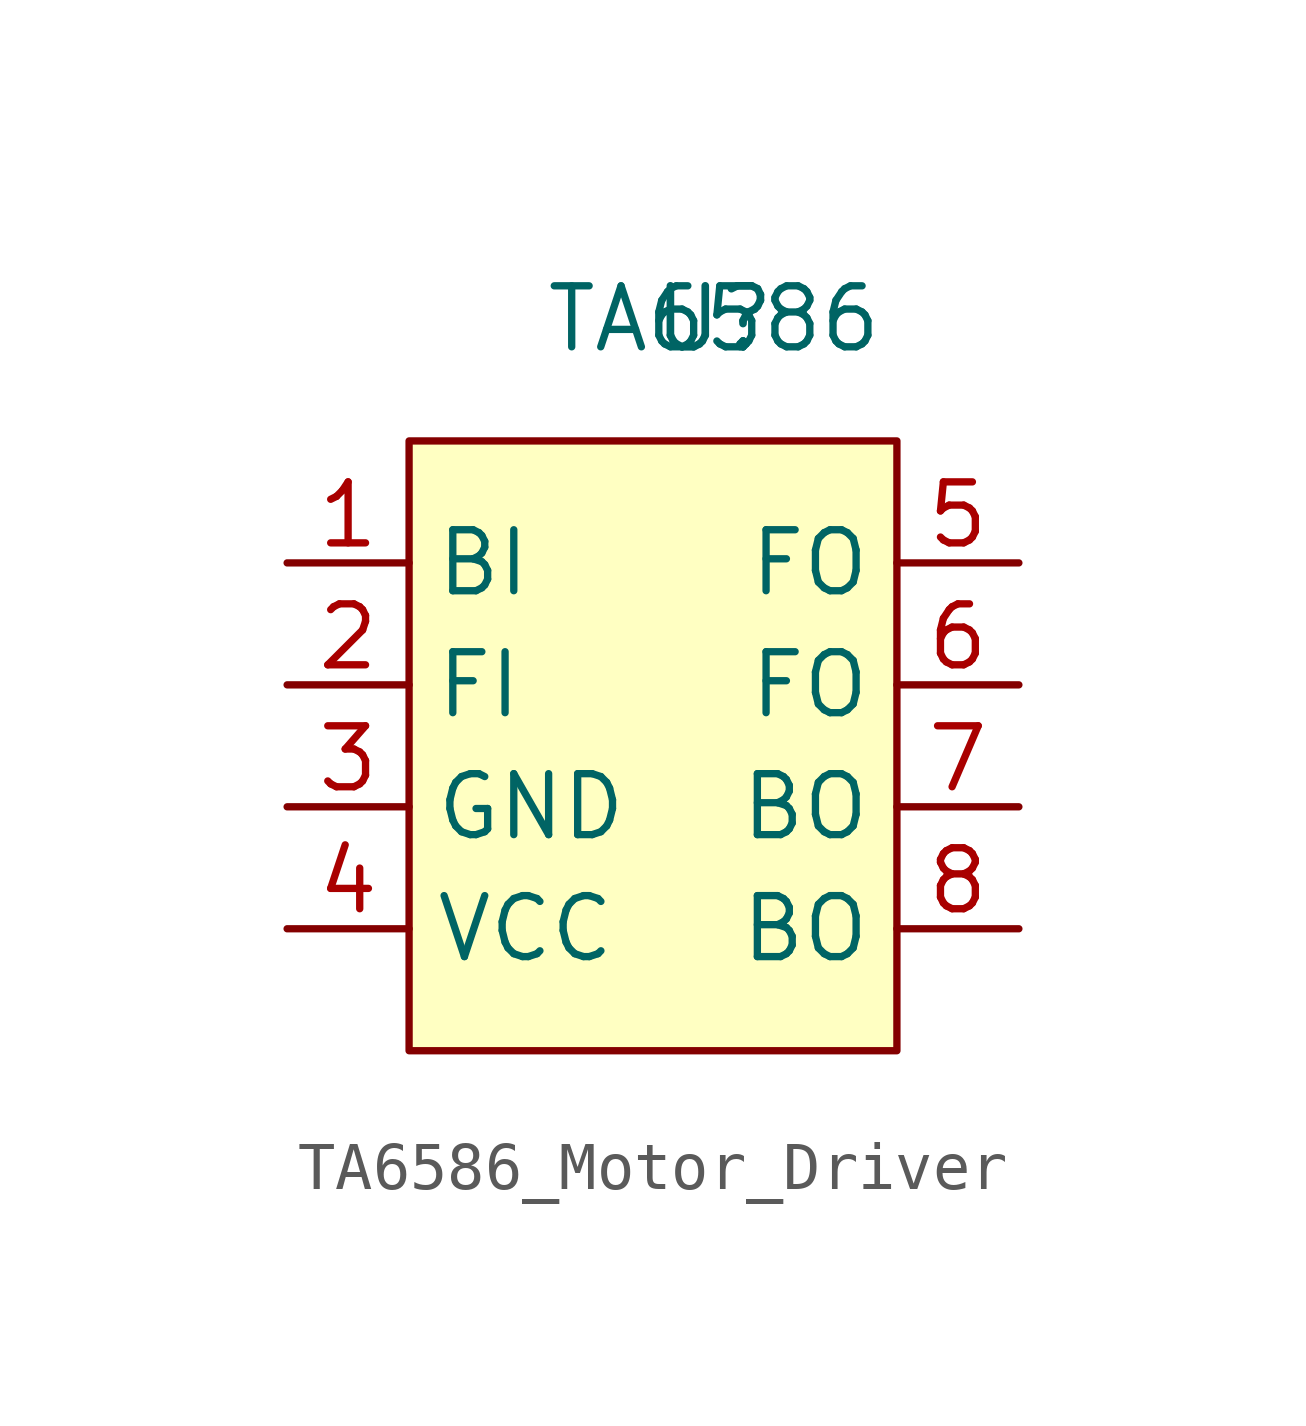
<source format=kicad_sym>
(kicad_symbol_lib
  (version 20231120)
  (generator "kicad_symbol_editor")
  (generator_version "8.0")
  (symbol "TA6586_Motor_Driver"
    (property "Reference" "U"
      (at 0 0 0)
      (effects (font (size 1.27 1.27) (thickness 0.159))))
    (property "Value" "TA6586"
      (at 0 0 0)
      (effects (font (size 1.27 1.27))))
    (symbol "TA6586_Motor_Driver_1_1"
      (rectangle (start -6.35 -2.54) (end 3.81 -15.24) (stroke (width 0) (type default)) (fill (type background)))
      (pin input line (at -8.89 -5.08 0) (length 2.54) (name "BI" (effects (font (size 1.27 1.27)))) (number "1" (effects (font (size 1.27 1.27)))))
      (pin input line (at -8.89 -7.62 0) (length 2.54) (name "FI" (effects (font (size 1.27 1.27)))) (number "2" (effects (font (size 1.27 1.27)))))
      (pin power_in line (at -8.89 -10.16 0) (length 2.54) (name "GND" (effects (font (size 1.27 1.27)))) (number "3" (effects (font (size 1.27 1.27)))))
      (pin power_in line (at -8.89 -12.7 0) (length 2.54) (name "VCC" (effects (font (size 1.27 1.27)))) (number "4" (effects (font (size 1.27 1.27)))))
      (pin output line (at 6.35 -5.08 180) (length 2.54) (name "FO" (effects (font (size 1.27 1.27)))) (number "5" (effects (font (size 1.27 1.27)))))
      (pin output line (at 6.35 -7.62 180) (length 2.54) (name "FO" (effects (font (size 1.27 1.27)))) (number "6" (effects (font (size 1.27 1.27)))))
      (pin output line (at 6.35 -10.16 180) (length 2.54) (name "BO" (effects (font (size 1.27 1.27)))) (number "7" (effects (font (size 1.27 1.27)))))
      (pin output line (at 6.35 -12.7 180) (length 2.54) (name "BO" (effects (font (size 1.27 1.27)))) (number "8" (effects (font (size 1.27 1.27))))))))
</source>
